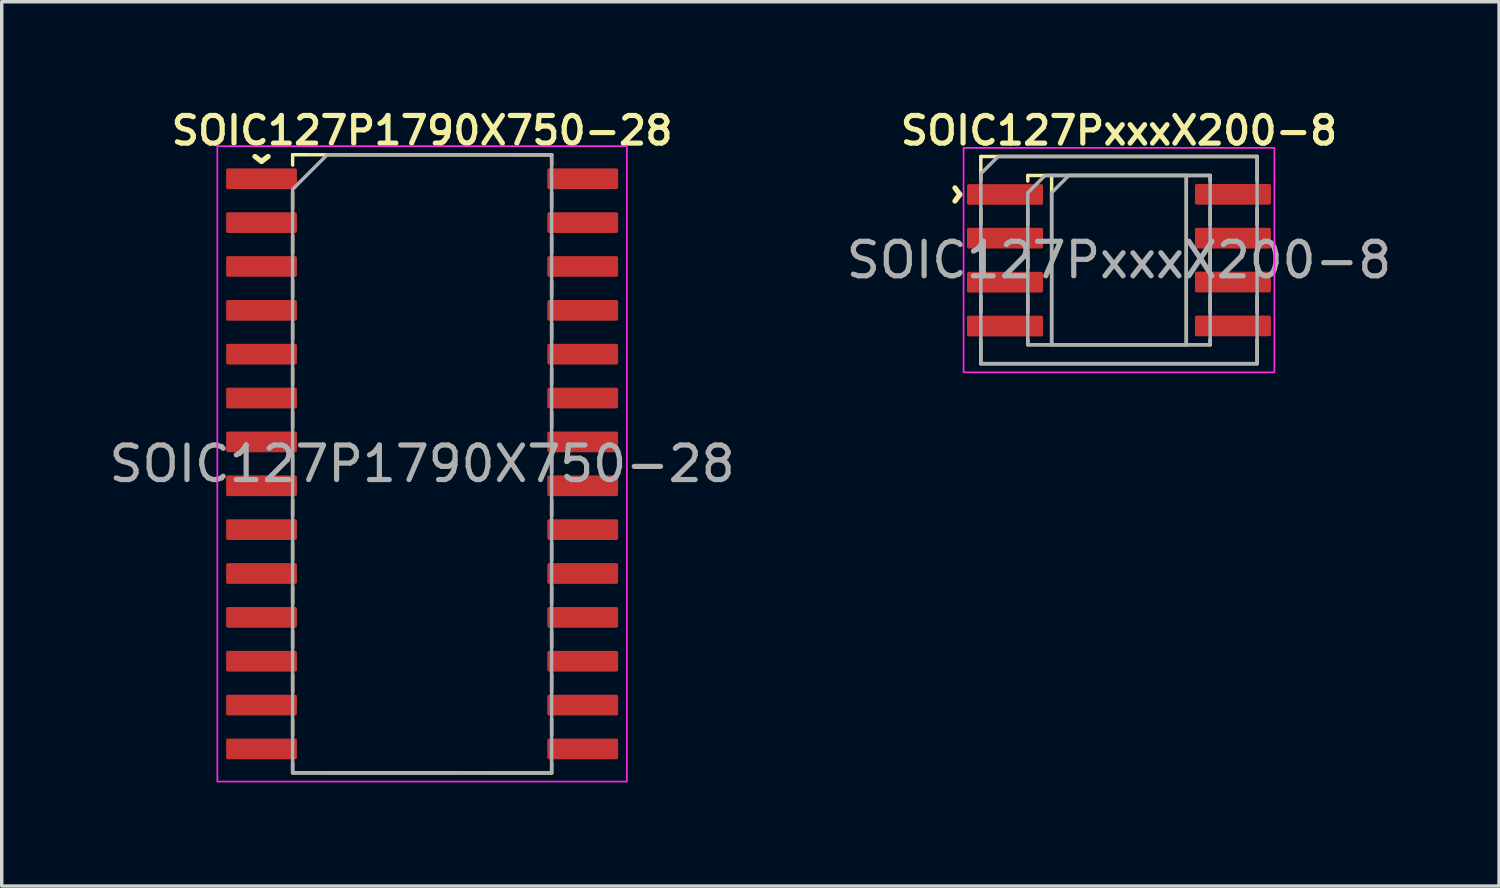
<source format=kicad_pcb>
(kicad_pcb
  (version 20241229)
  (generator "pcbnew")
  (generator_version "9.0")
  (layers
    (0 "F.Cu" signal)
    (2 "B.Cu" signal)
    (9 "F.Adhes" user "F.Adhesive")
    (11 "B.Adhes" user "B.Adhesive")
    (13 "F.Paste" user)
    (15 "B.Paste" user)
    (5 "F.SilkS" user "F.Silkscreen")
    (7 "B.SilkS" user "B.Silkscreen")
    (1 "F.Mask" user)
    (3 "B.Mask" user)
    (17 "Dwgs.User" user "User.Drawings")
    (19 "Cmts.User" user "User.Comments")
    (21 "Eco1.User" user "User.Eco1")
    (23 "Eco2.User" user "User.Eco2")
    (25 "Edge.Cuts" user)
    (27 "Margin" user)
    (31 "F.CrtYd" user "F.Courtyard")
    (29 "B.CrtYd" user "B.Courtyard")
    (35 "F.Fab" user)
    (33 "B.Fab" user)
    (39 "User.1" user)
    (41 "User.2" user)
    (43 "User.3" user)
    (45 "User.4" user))
  (footprint "SOIC127PxxxX200-8"
    (layer "F.Cu")
    (at 29.351 4.481)
    (property "Reference" "SOIC127PxxxX200-8" (at 0 -3.75 0) (layer "F.SilkS") (effects (font (size 0.8 0.8) (thickness 0.15))))
    (attr smd)
    (fp_line (start -4 -2.3) (end -4 -3) (stroke (width 0.1) (type default)) (layer "F.SilkS"))
    (fp_line (start -4 -3) (end 4 -3) (stroke (width 0.1) (type default)) (layer "F.SilkS"))
    (fp_line (start -4 -1.5) (end -4 -1.025) (stroke (width 0.1) (type default)) (layer "F.SilkS"))
    (fp_line (start -4 -0.237) (end -4 0.237) (stroke (width 0.1) (type default)) (layer "F.SilkS"))
    (fp_line (start -4 1.038) (end -4 1.512) (stroke (width 0.1) (type default)) (layer "F.SilkS"))
    (fp_line (start -4 3) (end -4 2.3) (stroke (width 0.1) (type default)) (layer "F.SilkS"))
    (fp_line (start -2.64 -2.45) (end -2.64 -2.29) (stroke (width 0.1) (type solid)) (layer "F.SilkS"))
    (fp_line (start -2.64 -2.45) (end 2.64 -2.45) (stroke (width 0.1) (type solid)) (layer "F.SilkS"))
    (fp_line (start -2.64 -1.52) (end -2.64 -1.02) (stroke (width 0.1) (type solid)) (layer "F.SilkS"))
    (fp_line (start -2.64 -0.25) (end -2.64 0.25) (stroke (width 0.1) (type solid)) (layer "F.SilkS"))
    (fp_line (start -2.64 1.02) (end -2.64 1.52) (stroke (width 0.1) (type solid)) (layer "F.SilkS"))
    (fp_line (start -2.64 2.45) (end -2.64 2.29) (stroke (width 0.1) (type solid)) (layer "F.SilkS"))
    (fp_line (start -1.95 -2.45) (end -1.95 2.45) (stroke (width 0.1) (type solid)) (layer "F.SilkS"))
    (fp_line (start 1.95 -2.45) (end 1.95 2.45) (stroke (width 0.1) (type solid)) (layer "F.SilkS"))
    (fp_line (start 2.64 -2.45) (end 2.64 -2.29) (stroke (width 0.1) (type solid)) (layer "F.SilkS"))
    (fp_line (start 2.64 -1.52) (end 2.64 -1.02) (stroke (width 0.1) (type solid)) (layer "F.SilkS"))
    (fp_line (start 2.64 -0.25) (end 2.64 0.25) (stroke (width 0.1) (type solid)) (layer "F.SilkS"))
    (fp_line (start 2.64 1.02) (end 2.64 1.52) (stroke (width 0.1) (type solid)) (layer "F.SilkS"))
    (fp_line (start 2.64 2.45) (end -2.64 2.45) (stroke (width 0.1) (type solid)) (layer "F.SilkS"))
    (fp_line (start 2.64 2.45) (end 2.64 2.29) (stroke (width 0.1) (type solid)) (layer "F.SilkS"))
    (fp_line (start 4 -3) (end 4 -2.3) (stroke (width 0.1) (type default)) (layer "F.SilkS"))
    (fp_line (start 4 -1.5) (end 4 -1.025) (stroke (width 0.1) (type default)) (layer "F.SilkS"))
    (fp_line (start 4 -0.237) (end 4 0.237) (stroke (width 0.1) (type default)) (layer "F.SilkS"))
    (fp_line (start 4 1.038) (end 4 1.512) (stroke (width 0.1) (type default)) (layer "F.SilkS"))
    (fp_line (start 4 3) (end -4 3) (stroke (width 0.1) (type default)) (layer "F.SilkS"))
    (fp_line (start 4 2.3) (end 4 3) (stroke (width 0.1) (type default)) (layer "F.SilkS"))
    (fp_rect (start -4.5 -3.25) (end 4.5 3.25) (stroke (width 0.05) (type default)) (fill no) (layer "F.CrtYd"))
    (fp_poly (pts (xy -1.95 2.45) (xy 1.95 2.45) (xy 1.95 -2.45) (xy -1.45 -2.45) (xy -1.95 -1.95)) (stroke (width 0.1) (type solid)) (fill no) (layer "F.Fab"))
    (fp_poly (pts (xy 2.64 -2.45) (xy -2.14 -2.45) (xy -2.64 -1.95) (xy -2.64 2.45) (xy 2.64 2.45)) (stroke (width 0.1) (type solid)) (fill no) (layer "F.Fab"))
    (fp_poly (pts (xy 4 3) (xy -4 3) (xy -4 -2.5) (xy -3.5 -3) (xy 4 -3)) (stroke (width 0.1) (type solid)) (fill no) (layer "F.Fab"))
    (fp_text user "^" (at -5.2 -1.9 270) (unlocked yes) (layer "F.SilkS") (effects (font (size 1 1) (thickness 0.15))))
    (fp_text user "${REFERENCE}" (at 0 0 0) (unlocked yes) (layer "F.Fab") (effects (font (size 1 1) (thickness 0.15))))
    (pad "1" smd roundrect (at -3.3 -1.9 270) (size 0.6 2.2) (layers "F.Cu" "F.Mask" "F.Paste") (roundrect_rratio 0.083))
    (pad "2" smd roundrect (at -3.3 -0.635 270) (size 0.6 2.2) (layers "F.Cu" "F.Mask" "F.Paste") (roundrect_rratio 0.083))
    (pad "3" smd roundrect (at -3.3 0.64 270) (size 0.6 2.2) (layers "F.Cu" "F.Mask" "F.Paste") (roundrect_rratio 0.083))
    (pad "4" smd roundrect (at -3.3 1.91 270) (size 0.6 2.2) (layers "F.Cu" "F.Mask" "F.Paste") (roundrect_rratio 0.083))
    (pad "5" smd roundrect (at 3.3 1.905 270) (size 0.6 2.2) (layers "F.Cu" "F.Mask" "F.Paste") (roundrect_rratio 0.083))
    (pad "6" smd roundrect (at 3.3 0.635 270) (size 0.6 2.2) (layers "F.Cu" "F.Mask" "F.Paste") (roundrect_rratio 0.083))
    (pad "7" smd roundrect (at 3.3 -0.635 270) (size 0.6 2.2) (layers "F.Cu" "F.Mask" "F.Paste") (roundrect_rratio 0.083))
    (pad "8" smd roundrect (at 3.3 -1.905 270) (size 0.6 2.2) (layers "F.Cu" "F.Mask" "F.Paste") (roundrect_rratio 0.083)))
  (footprint "SOIC127P1790X750-28"
    (layer "F.Cu")
    (at 9.173 10.381)
    (property "Reference" "SOIC127P1790X750-28" (at 0 -9.65 0) (layer "F.SilkS") (effects (font (size 0.8 0.8) (thickness 0.15))))
    (attr smd)
    (fp_line (start -3.75 -8.95) (end -3.75 -8.65) (stroke (width 0.1) (type solid)) (layer "F.SilkS"))
    (fp_line (start -3.75 -7.85) (end -3.75 -7.4) (stroke (width 0.1) (type default)) (layer "F.SilkS"))
    (fp_line (start -3.75 -6.6) (end -3.75 -6.1) (stroke (width 0.1) (type default)) (layer "F.SilkS"))
    (fp_line (start -3.75 -5.3) (end -3.75 -4.85) (stroke (width 0.1) (type default)) (layer "F.SilkS"))
    (fp_line (start -3.75 -4.05) (end -3.75 -3.6) (stroke (width 0.1) (type default)) (layer "F.SilkS"))
    (fp_line (start -3.75 -2.75) (end -3.75 -2.3) (stroke (width 0.1) (type default)) (layer "F.SilkS"))
    (fp_line (start -3.75 -1.5) (end -3.75 -1.05) (stroke (width 0.1) (type default)) (layer "F.SilkS"))
    (fp_line (start -3.75 -0.25) (end -3.75 0.25) (stroke (width 0.1) (type default)) (layer "F.SilkS"))
    (fp_line (start -3.75 1.05) (end -3.75 1.5) (stroke (width 0.1) (type default)) (layer "F.SilkS"))
    (fp_line (start -3.75 2.3) (end -3.75 2.8) (stroke (width 0.1) (type default)) (layer "F.SilkS"))
    (fp_line (start -3.75 3.55) (end -3.75 4.05) (stroke (width 0.1) (type default)) (layer "F.SilkS"))
    (fp_line (start -3.75 4.85) (end -3.75 5.3) (stroke (width 0.1) (type default)) (layer "F.SilkS"))
    (fp_line (start -3.75 6.1) (end -3.75 6.6) (stroke (width 0.1) (type default)) (layer "F.SilkS"))
    (fp_line (start -3.75 7.4) (end -3.75 7.85) (stroke (width 0.1) (type default)) (layer "F.SilkS"))
    (fp_line (start -3.75 8.947) (end -3.75 8.65) (stroke (width 0.1) (type solid)) (layer "F.SilkS"))
    (fp_line (start 3.75 -8.947) (end -3.75 -8.95) (stroke (width 0.1) (type solid)) (layer "F.SilkS"))
    (fp_line (start 3.75 -8.947) (end 3.75 -8.65) (stroke (width 0.1) (type solid)) (layer "F.SilkS"))
    (fp_line (start 3.75 -7.85) (end 3.75 -7.4) (stroke (width 0.1) (type default)) (layer "F.SilkS"))
    (fp_line (start 3.75 -6.6) (end 3.75 -6.1) (stroke (width 0.1) (type default)) (layer "F.SilkS"))
    (fp_line (start 3.75 -5.3) (end 3.75 -4.85) (stroke (width 0.1) (type default)) (layer "F.SilkS"))
    (fp_line (start 3.75 -4.05) (end 3.75 -3.6) (stroke (width 0.1) (type default)) (layer "F.SilkS"))
    (fp_line (start 3.75 -2.75) (end 3.75 -2.3) (stroke (width 0.1) (type default)) (layer "F.SilkS"))
    (fp_line (start 3.75 -1.5) (end 3.75 -1.05) (stroke (width 0.1) (type default)) (layer "F.SilkS"))
    (fp_line (start 3.75 -0.25) (end 3.75 0.25) (stroke (width 0.1) (type default)) (layer "F.SilkS"))
    (fp_line (start 3.75 1.05) (end 3.75 1.5) (stroke (width 0.1) (type default)) (layer "F.SilkS"))
    (fp_line (start 3.75 2.3) (end 3.75 2.8) (stroke (width 0.1) (type default)) (layer "F.SilkS"))
    (fp_line (start 3.75 3.55) (end 3.75 4.05) (stroke (width 0.1) (type default)) (layer "F.SilkS"))
    (fp_line (start 3.75 4.85) (end 3.75 5.3) (stroke (width 0.1) (type default)) (layer "F.SilkS"))
    (fp_line (start 3.75 6.1) (end 3.75 6.6) (stroke (width 0.1) (type default)) (layer "F.SilkS"))
    (fp_line (start 3.75 7.4) (end 3.75 7.85) (stroke (width 0.1) (type default)) (layer "F.SilkS"))
    (fp_line (start 3.75 8.95) (end -3.75 8.947) (stroke (width 0.1) (type solid)) (layer "F.SilkS"))
    (fp_line (start 3.75 8.95) (end 3.75 8.65) (stroke (width 0.1) (type solid)) (layer "F.SilkS"))
    (fp_rect (start 5.93 -9.2) (end -5.93 9.2) (stroke (width 0.05) (type solid)) (fill no) (layer "F.CrtYd"))
    (fp_poly (pts (xy -3.75 -7.95) (xy -3.75 8.95) (xy 3.75 8.95) (xy 3.75 -8.95) (xy -2.75 -8.95)) (stroke (width 0.1) (type solid)) (fill no) (layer "F.Fab"))
    (fp_text user "^" (at -4.65 -9.35 180) (unlocked yes) (layer "F.SilkS") (effects (font (size 1 1) (thickness 0.15))))
    (fp_text user "${REFERENCE}" (at 0 0 0) (layer "F.Fab") (effects (font (size 1 1) (thickness 0.15))))
    (pad "1" smd roundrect (at -4.65 -8.255) (size 2.05 0.6) (layers "F.Cu" "F.Mask" "F.Paste") (roundrect_rratio 0.083))
    (pad "2" smd roundrect (at -4.65 -6.985) (size 2.05 0.6) (layers "F.Cu" "F.Mask" "F.Paste") (roundrect_rratio 0.083))
    (pad "3" smd roundrect (at -4.65 -5.715) (size 2.05 0.6) (layers "F.Cu" "F.Mask" "F.Paste") (roundrect_rratio 0.083))
    (pad "4" smd roundrect (at -4.65 -4.445) (size 2.05 0.6) (layers "F.Cu" "F.Mask" "F.Paste") (roundrect_rratio 0.083))
    (pad "5" smd roundrect (at -4.65 -3.175) (size 2.05 0.6) (layers "F.Cu" "F.Mask" "F.Paste") (roundrect_rratio 0.083))
    (pad "6" smd roundrect (at -4.65 -1.905) (size 2.05 0.6) (layers "F.Cu" "F.Mask" "F.Paste") (roundrect_rratio 0.083))
    (pad "7" smd roundrect (at -4.65 -0.635) (size 2.05 0.6) (layers "F.Cu" "F.Mask" "F.Paste") (roundrect_rratio 0.083))
    (pad "8" smd roundrect (at -4.65 0.635) (size 2.05 0.6) (layers "F.Cu" "F.Mask" "F.Paste") (roundrect_rratio 0.083))
    (pad "9" smd roundrect (at -4.65 1.905) (size 2.05 0.6) (layers "F.Cu" "F.Mask" "F.Paste") (roundrect_rratio 0.083))
    (pad "10" smd roundrect (at -4.65 3.175) (size 2.05 0.6) (layers "F.Cu" "F.Mask" "F.Paste") (roundrect_rratio 0.083))
    (pad "11" smd roundrect (at -4.65 4.445) (size 2.05 0.6) (layers "F.Cu" "F.Mask" "F.Paste") (roundrect_rratio 0.083))
    (pad "12" smd roundrect (at -4.65 5.715) (size 2.05 0.6) (layers "F.Cu" "F.Mask" "F.Paste") (roundrect_rratio 0.083))
    (pad "13" smd roundrect (at -4.65 6.985) (size 2.05 0.6) (layers "F.Cu" "F.Mask" "F.Paste") (roundrect_rratio 0.083))
    (pad "14" smd roundrect (at -4.65 8.255) (size 2.05 0.6) (layers "F.Cu" "F.Mask" "F.Paste") (roundrect_rratio 0.083))
    (pad "15" smd roundrect (at 4.65 8.255) (size 2.05 0.6) (layers "F.Cu" "F.Mask" "F.Paste") (roundrect_rratio 0.083))
    (pad "16" smd roundrect (at 4.65 6.985) (size 2.05 0.6) (layers "F.Cu" "F.Mask" "F.Paste") (roundrect_rratio 0.083))
    (pad "17" smd roundrect (at 4.65 5.715) (size 2.05 0.6) (layers "F.Cu" "F.Mask" "F.Paste") (roundrect_rratio 0.083))
    (pad "18" smd roundrect (at 4.65 4.445) (size 2.05 0.6) (layers "F.Cu" "F.Mask" "F.Paste") (roundrect_rratio 0.083))
    (pad "19" smd roundrect (at 4.65 3.175) (size 2.05 0.6) (layers "F.Cu" "F.Mask" "F.Paste") (roundrect_rratio 0.083))
    (pad "20" smd roundrect (at 4.65 1.905) (size 2.05 0.6) (layers "F.Cu" "F.Mask" "F.Paste") (roundrect_rratio 0.083))
    (pad "21" smd roundrect (at 4.65 0.635) (size 2.05 0.6) (layers "F.Cu" "F.Mask" "F.Paste") (roundrect_rratio 0.083))
    (pad "22" smd roundrect (at 4.65 -0.635) (size 2.05 0.6) (layers "F.Cu" "F.Mask" "F.Paste") (roundrect_rratio 0.083))
    (pad "23" smd roundrect (at 4.65 -1.905) (size 2.05 0.6) (layers "F.Cu" "F.Mask" "F.Paste") (roundrect_rratio 0.083))
    (pad "24" smd roundrect (at 4.65 -3.175) (size 2.05 0.6) (layers "F.Cu" "F.Mask" "F.Paste") (roundrect_rratio 0.083))
    (pad "25" smd roundrect (at 4.65 -4.445) (size 2.05 0.6) (layers "F.Cu" "F.Mask" "F.Paste") (roundrect_rratio 0.083))
    (pad "26" smd roundrect (at 4.65 -5.715) (size 2.05 0.6) (layers "F.Cu" "F.Mask" "F.Paste") (roundrect_rratio 0.083))
    (pad "27" smd roundrect (at 4.65 -6.985) (size 2.05 0.6) (layers "F.Cu" "F.Mask" "F.Paste") (roundrect_rratio 0.083))
    (pad "28" smd roundrect (at 4.65 -8.255) (size 2.05 0.6) (layers "F.Cu" "F.Mask" "F.Paste") (roundrect_rratio 0.083)))
  (gr_rect
    (start -3 -3)
    (end 40.357 22.606)
    (stroke (width 0.1) (type default))
    (fill no)
    (layer "Edge.Cuts")))
</source>
